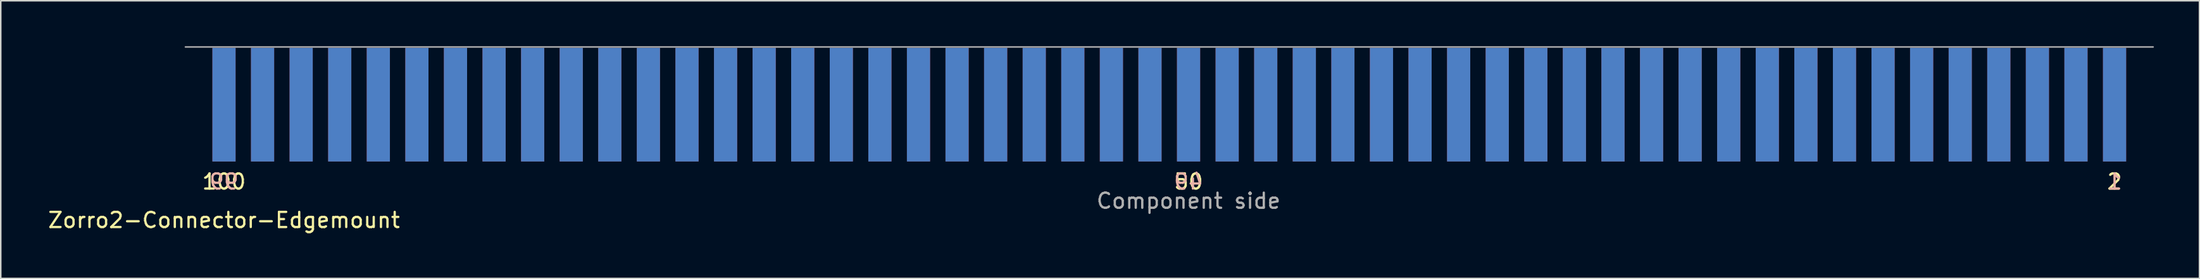
<source format=kicad_pcb>
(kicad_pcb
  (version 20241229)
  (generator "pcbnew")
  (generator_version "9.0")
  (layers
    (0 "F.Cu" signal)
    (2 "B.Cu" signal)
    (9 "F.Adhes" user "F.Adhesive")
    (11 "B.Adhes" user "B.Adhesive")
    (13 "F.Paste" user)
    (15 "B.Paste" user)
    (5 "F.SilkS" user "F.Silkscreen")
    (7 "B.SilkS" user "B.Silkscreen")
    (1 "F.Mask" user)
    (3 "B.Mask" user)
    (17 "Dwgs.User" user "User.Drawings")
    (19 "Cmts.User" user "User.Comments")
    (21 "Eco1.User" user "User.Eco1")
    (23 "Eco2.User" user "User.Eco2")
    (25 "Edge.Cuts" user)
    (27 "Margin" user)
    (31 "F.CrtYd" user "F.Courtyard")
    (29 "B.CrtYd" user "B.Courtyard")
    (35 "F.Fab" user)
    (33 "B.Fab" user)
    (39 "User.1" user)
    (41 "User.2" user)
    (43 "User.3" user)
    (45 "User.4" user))
  (footprint "Zorro2-Connector-Edgemount"
    (layer "F.Cu")
    (at 11.696 3.86)
    (property "Reference" "Zorro2-Connector-Edgemount" (at 0 7.62 180) (layer "F.SilkS") (effects (font (size 1 1) (thickness 0.15))))
    (attr through_hole)
    (fp_line (start -2.54 -3.81) (end 127 -3.81) (stroke (width 0.1) (type solid)) (layer "F.Fab"))
    (fp_text user "50" (at 63.5 5.08 0) (layer "F.SilkS") (effects (font (size 1 1) (thickness 0.15))))
    (fp_text user "100" (at 0 5.08 180) (layer "F.SilkS") (effects (font (size 1 1) (thickness 0.15))))
    (fp_text user "2" (at 124.46 5.08 0) (layer "F.SilkS") (effects (font (size 1 1) (thickness 0.15))))
    (fp_text user "1" (at 124.46 5.08 0) (layer "B.SilkS") (effects (font (size 1 1) (thickness 0.15)) (justify mirror)))
    (fp_text user "49" (at 63.5 5.08 0) (layer "B.SilkS") (effects (font (size 1 1) (thickness 0.15)) (justify mirror)))
    (fp_text user "99" (at 0 5.08 0) (layer "B.SilkS") (effects (font (size 1 1) (thickness 0.15)) (justify mirror)))
    (fp_text user "Component side" (at 63.5 6.35 0) (layer "F.Fab") (effects (font (size 1 1) (thickness 0.15))))
    (pad "1" connect rect (at 124.46 0 180) (size 1.524 7.5) (layers "B.Cu" "B.Mask"))
    (pad "2" connect rect (at 124.46 0 180) (size 1.524 7.5) (layers "F.Cu" "F.Mask"))
    (pad "3" connect rect (at 121.92 0 180) (size 1.524 7.5) (layers "B.Cu" "B.Mask"))
    (pad "4" connect rect (at 121.92 0 180) (size 1.524 7.5) (layers "F.Cu" "F.Mask"))
    (pad "5" connect rect (at 119.38 0 180) (size 1.524 7.5) (layers "B.Cu" "B.Mask"))
    (pad "6" connect rect (at 119.38 0 180) (size 1.524 7.5) (layers "F.Cu" "F.Mask"))
    (pad "7" connect rect (at 116.84 0 180) (size 1.524 7.5) (layers "B.Cu" "B.Mask"))
    (pad "8" connect rect (at 116.84 0 180) (size 1.524 7.5) (layers "F.Cu" "F.Mask"))
    (pad "9" connect rect (at 114.3 0 180) (size 1.524 7.5) (layers "B.Cu" "B.Mask"))
    (pad "10" connect rect (at 114.3 0 180) (size 1.524 7.5) (layers "F.Cu" "F.Mask"))
    (pad "11" connect rect (at 111.76 0 180) (size 1.524 7.5) (layers "B.Cu" "B.Mask"))
    (pad "12" connect rect (at 111.76 0 180) (size 1.524 7.5) (layers "F.Cu" "F.Mask"))
    (pad "13" connect rect (at 109.22 0 180) (size 1.524 7.5) (layers "B.Cu" "B.Mask"))
    (pad "14" connect rect (at 109.22 0 180) (size 1.524 7.5) (layers "F.Cu" "F.Mask"))
    (pad "15" connect rect (at 106.68 0 180) (size 1.524 7.5) (layers "B.Cu" "B.Mask"))
    (pad "16" connect rect (at 106.68 0 180) (size 1.524 7.5) (layers "F.Cu" "F.Mask"))
    (pad "17" connect rect (at 104.14 0 180) (size 1.524 7.5) (layers "B.Cu" "B.Mask"))
    (pad "18" connect rect (at 104.14 0 180) (size 1.524 7.5) (layers "F.Cu" "F.Mask"))
    (pad "19" connect rect (at 101.6 0 180) (size 1.524 7.5) (layers "B.Cu" "B.Mask"))
    (pad "20" connect rect (at 101.6 0 180) (size 1.524 7.5) (layers "F.Cu" "F.Mask"))
    (pad "21" connect rect (at 99.06 0 180) (size 1.524 7.5) (layers "B.Cu" "B.Mask"))
    (pad "22" connect rect (at 99.06 0 180) (size 1.524 7.5) (layers "F.Cu" "F.Mask"))
    (pad "23" connect rect (at 96.52 0 180) (size 1.524 7.5) (layers "B.Cu" "B.Mask"))
    (pad "24" connect rect (at 96.52 0 180) (size 1.524 7.5) (layers "F.Cu" "F.Mask"))
    (pad "25" connect rect (at 93.98 0 180) (size 1.524 7.5) (layers "B.Cu" "B.Mask"))
    (pad "26" connect rect (at 93.98 0 180) (size 1.524 7.5) (layers "F.Cu" "F.Mask"))
    (pad "27" connect rect (at 91.44 0 180) (size 1.524 7.5) (layers "B.Cu" "B.Mask"))
    (pad "28" connect rect (at 91.44 0 180) (size 1.524 7.5) (layers "F.Cu" "F.Mask"))
    (pad "29" connect rect (at 88.9 0 180) (size 1.524 7.5) (layers "B.Cu" "B.Mask"))
    (pad "30" connect rect (at 88.9 0 180) (size 1.524 7.5) (layers "F.Cu" "F.Mask"))
    (pad "31" connect rect (at 86.36 0 180) (size 1.524 7.5) (layers "B.Cu" "B.Mask"))
    (pad "32" connect rect (at 86.36 0 180) (size 1.524 7.5) (layers "F.Cu" "F.Mask"))
    (pad "33" connect rect (at 83.82 0 180) (size 1.524 7.5) (layers "B.Cu" "B.Mask"))
    (pad "34" connect rect (at 83.82 0 180) (size 1.524 7.5) (layers "F.Cu" "F.Mask"))
    (pad "35" connect rect (at 81.28 0 180) (size 1.524 7.5) (layers "B.Cu" "B.Mask"))
    (pad "36" connect rect (at 81.28 0 180) (size 1.524 7.5) (layers "F.Cu" "F.Mask"))
    (pad "37" connect rect (at 78.74 0 180) (size 1.524 7.5) (layers "B.Cu" "B.Mask"))
    (pad "38" connect rect (at 78.74 0 180) (size 1.524 7.5) (layers "F.Cu" "F.Mask"))
    (pad "39" connect rect (at 76.2 0 180) (size 1.524 7.5) (layers "B.Cu" "B.Mask"))
    (pad "40" connect rect (at 76.2 0 180) (size 1.524 7.5) (layers "F.Cu" "F.Mask"))
    (pad "41" connect rect (at 73.66 0 180) (size 1.524 7.5) (layers "B.Cu" "B.Mask"))
    (pad "42" connect rect (at 73.66 0 180) (size 1.524 7.5) (layers "F.Cu" "F.Mask"))
    (pad "43" connect rect (at 71.12 0 180) (size 1.524 7.5) (layers "B.Cu" "B.Mask"))
    (pad "44" connect rect (at 71.12 0 180) (size 1.524 7.5) (layers "F.Cu" "F.Mask"))
    (pad "45" connect rect (at 68.58 0 180) (size 1.524 7.5) (layers "B.Cu" "B.Mask"))
    (pad "46" connect rect (at 68.58 0 180) (size 1.524 7.5) (layers "F.Cu" "F.Mask"))
    (pad "47" connect rect (at 66.04 0 180) (size 1.524 7.5) (layers "B.Cu" "B.Mask"))
    (pad "48" connect rect (at 66.04 0 180) (size 1.524 7.5) (layers "F.Cu" "F.Mask"))
    (pad "49" connect rect (at 63.5 0 180) (size 1.524 7.5) (layers "B.Cu" "B.Mask"))
    (pad "50" connect rect (at 63.5 0 180) (size 1.524 7.5) (layers "F.Cu" "F.Mask"))
    (pad "51" connect rect (at 60.96 0 180) (size 1.524 7.5) (layers "B.Cu" "B.Mask"))
    (pad "52" connect rect (at 60.96 0 180) (size 1.524 7.5) (layers "F.Cu" "F.Mask"))
    (pad "53" connect rect (at 58.42 0 180) (size 1.524 7.5) (layers "B.Cu" "B.Mask"))
    (pad "54" connect rect (at 58.42 0 180) (size 1.524 7.5) (layers "F.Cu" "F.Mask"))
    (pad "55" connect rect (at 55.88 0 180) (size 1.524 7.5) (layers "B.Cu" "B.Mask"))
    (pad "56" connect rect (at 55.88 0 180) (size 1.524 7.5) (layers "F.Cu" "F.Mask"))
    (pad "57" connect rect (at 53.34 0 180) (size 1.524 7.5) (layers "B.Cu" "B.Mask"))
    (pad "58" connect rect (at 53.34 0 180) (size 1.524 7.5) (layers "F.Cu" "F.Mask"))
    (pad "59" connect rect (at 50.8 0 180) (size 1.524 7.5) (layers "B.Cu" "B.Mask"))
    (pad "60" connect rect (at 50.8 0 180) (size 1.524 7.5) (layers "F.Cu" "F.Mask"))
    (pad "61" connect rect (at 48.26 0 180) (size 1.524 7.5) (layers "B.Cu" "B.Mask"))
    (pad "62" connect rect (at 48.26 0 180) (size 1.524 7.5) (layers "F.Cu" "F.Mask"))
    (pad "63" connect rect (at 45.72 0 180) (size 1.524 7.5) (layers "B.Cu" "B.Mask"))
    (pad "64" connect rect (at 45.72 0 180) (size 1.524 7.5) (layers "F.Cu" "F.Mask"))
    (pad "65" connect rect (at 43.18 0 180) (size 1.524 7.5) (layers "B.Cu" "B.Mask"))
    (pad "66" connect rect (at 43.18 0 180) (size 1.524 7.5) (layers "F.Cu" "F.Mask"))
    (pad "67" connect rect (at 40.64 0 180) (size 1.524 7.5) (layers "B.Cu" "B.Mask"))
    (pad "68" connect rect (at 40.64 0 180) (size 1.524 7.5) (layers "F.Cu" "F.Mask"))
    (pad "69" connect rect (at 38.1 0 180) (size 1.524 7.5) (layers "B.Cu" "B.Mask"))
    (pad "70" connect rect (at 38.1 0 180) (size 1.524 7.5) (layers "F.Cu" "F.Mask"))
    (pad "71" connect rect (at 35.56 0 180) (size 1.524 7.5) (layers "B.Cu" "B.Mask"))
    (pad "72" connect rect (at 35.56 0 180) (size 1.524 7.5) (layers "F.Cu" "F.Mask"))
    (pad "73" connect rect (at 33.02 0 180) (size 1.524 7.5) (layers "B.Cu" "B.Mask"))
    (pad "74" connect rect (at 33.02 0 180) (size 1.524 7.5) (layers "F.Cu" "F.Mask"))
    (pad "75" connect rect (at 30.48 0 180) (size 1.524 7.5) (layers "B.Cu" "B.Mask"))
    (pad "76" connect rect (at 30.48 0 180) (size 1.524 7.5) (layers "F.Cu" "F.Mask"))
    (pad "77" connect rect (at 27.94 0 180) (size 1.524 7.5) (layers "B.Cu" "B.Mask"))
    (pad "78" connect rect (at 27.94 0 180) (size 1.524 7.5) (layers "F.Cu" "F.Mask"))
    (pad "79" connect rect (at 25.4 0 180) (size 1.524 7.5) (layers "B.Cu" "B.Mask"))
    (pad "80" connect rect (at 25.4 0 180) (size 1.524 7.5) (layers "F.Cu" "F.Mask"))
    (pad "81" connect rect (at 22.86 0 180) (size 1.524 7.5) (layers "B.Cu" "B.Mask"))
    (pad "82" connect rect (at 22.86 0 180) (size 1.524 7.5) (layers "F.Cu" "F.Mask"))
    (pad "83" connect rect (at 20.32 0 180) (size 1.524 7.5) (layers "B.Cu" "B.Mask"))
    (pad "84" connect rect (at 20.32 0 180) (size 1.524 7.5) (layers "F.Cu" "F.Mask"))
    (pad "85" connect rect (at 17.78 0 180) (size 1.524 7.5) (layers "B.Cu" "B.Mask"))
    (pad "86" connect rect (at 17.78 0 180) (size 1.524 7.5) (layers "F.Cu" "F.Mask"))
    (pad "87" connect rect (at 15.24 0 180) (size 1.524 7.5) (layers "B.Cu" "B.Mask"))
    (pad "88" connect rect (at 15.24 0 180) (size 1.524 7.5) (layers "F.Cu" "F.Mask"))
    (pad "89" connect rect (at 12.7 0 180) (size 1.524 7.5) (layers "B.Cu" "B.Mask"))
    (pad "90" connect rect (at 12.7 0 180) (size 1.524 7.5) (layers "F.Cu" "F.Mask"))
    (pad "91" connect rect (at 10.16 0 180) (size 1.524 7.5) (layers "B.Cu" "B.Mask"))
    (pad "92" connect rect (at 10.16 0 180) (size 1.524 7.5) (layers "F.Cu" "F.Mask"))
    (pad "93" connect rect (at 7.62 0 180) (size 1.524 7.5) (layers "B.Cu" "B.Mask"))
    (pad "94" connect rect (at 7.62 0 180) (size 1.524 7.5) (layers "F.Cu" "F.Mask"))
    (pad "95" connect rect (at 5.08 0 180) (size 1.524 7.5) (layers "B.Cu" "B.Mask"))
    (pad "96" connect rect (at 5.08 0 180) (size 1.524 7.5) (layers "F.Cu" "F.Mask"))
    (pad "97" connect rect (at 2.54 0 180) (size 1.524 7.5) (layers "B.Cu" "B.Mask"))
    (pad "98" connect rect (at 2.54 0 180) (size 1.524 7.5) (layers "F.Cu" "F.Mask"))
    (pad "99" connect rect (at 0 0 180) (size 1.524 7.5) (layers "B.Cu" "B.Mask"))
    (pad "100" connect rect (at 0 0 180) (size 1.524 7.5) (layers "F.Cu" "F.Mask")))
  (gr_rect
    (start -3 -3)
    (end 141.746 15.328)
    (stroke (width 0.1) (type default))
    (fill no)
    (layer "Edge.Cuts")))
</source>
